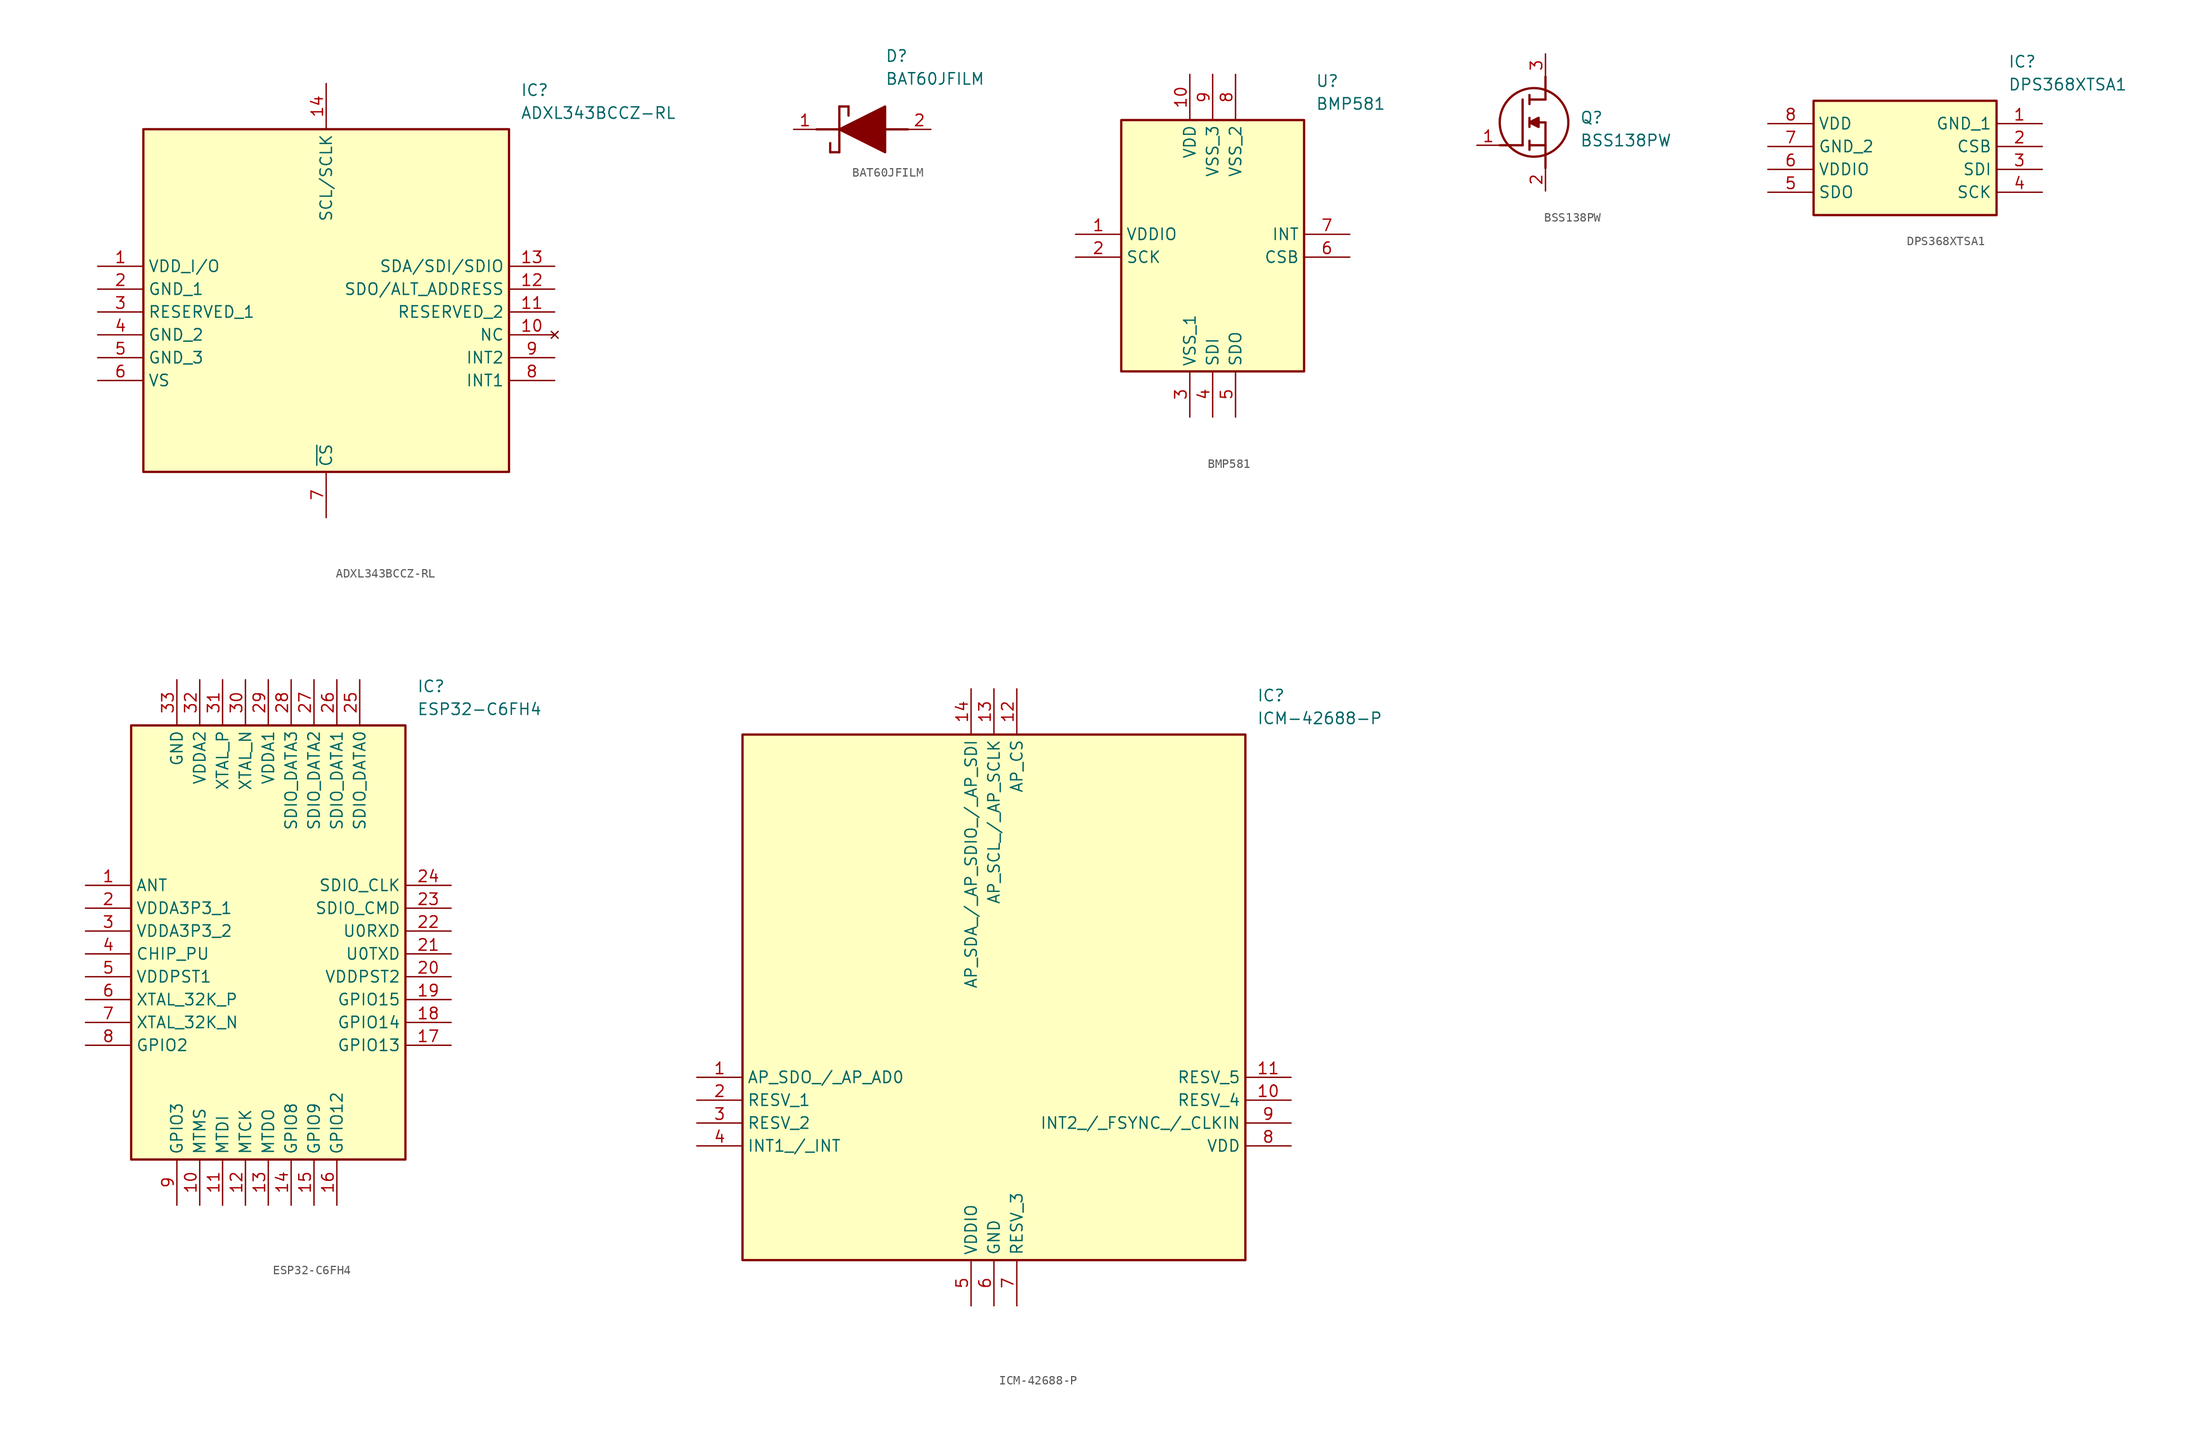
<source format=kicad_sym>
(kicad_symbol_lib
  (version 20241209)
  (generator "kicad_symbol_editor")
  (generator_version "9.0")
  (symbol "ADXL343BCCZ-RL"
    (property "Reference" "IC"
      (at 46.99 20.32 0)
      (effects (font (size 1.27 1.27)) (justify left top)))
    (property "Value" "ADXL343BCCZ-RL"
      (at 46.99 17.78 0)
      (effects (font (size 1.27 1.27)) (justify left top)))
    (symbol "ADXL343BCCZ-RL_1_1"
      (rectangle (start 5.08 15.24) (end 45.72 -22.86) (stroke (width 0.254) (type default)) (fill (type background)))
      (pin passive line (at 0 0 0) (length 5.08) (name "VDD_I/O" (effects (font (size 1.27 1.27)))) (number "1" (effects (font (size 1.27 1.27)))))
      (pin passive line (at 0 -2.54 0) (length 5.08) (name "GND_1" (effects (font (size 1.27 1.27)))) (number "2" (effects (font (size 1.27 1.27)))))
      (pin passive line (at 0 -5.08 0) (length 5.08) (name "RESERVED_1" (effects (font (size 1.27 1.27)))) (number "3" (effects (font (size 1.27 1.27)))))
      (pin passive line (at 0 -7.62 0) (length 5.08) (name "GND_2" (effects (font (size 1.27 1.27)))) (number "4" (effects (font (size 1.27 1.27)))))
      (pin passive line (at 0 -10.16 0) (length 5.08) (name "GND_3" (effects (font (size 1.27 1.27)))) (number "5" (effects (font (size 1.27 1.27)))))
      (pin passive line (at 0 -12.7 0) (length 5.08) (name "VS" (effects (font (size 1.27 1.27)))) (number "6" (effects (font (size 1.27 1.27)))))
      (pin passive line (at 25.4 20.32 270) (length 5.08) (name "SCL/SCLK" (effects (font (size 1.27 1.27)))) (number "14" (effects (font (size 1.27 1.27)))))
      (pin passive line (at 25.4 -27.94 90) (length 5.08) (name "~{CS}" (effects (font (size 1.27 1.27)))) (number "7" (effects (font (size 1.27 1.27)))))
      (pin passive line (at 50.8 0 180) (length 5.08) (name "SDA/SDI/SDIO" (effects (font (size 1.27 1.27)))) (number "13" (effects (font (size 1.27 1.27)))))
      (pin passive line (at 50.8 -2.54 180) (length 5.08) (name "SDO/ALT_ADDRESS" (effects (font (size 1.27 1.27)))) (number "12" (effects (font (size 1.27 1.27)))))
      (pin passive line (at 50.8 -5.08 180) (length 5.08) (name "RESERVED_2" (effects (font (size 1.27 1.27)))) (number "11" (effects (font (size 1.27 1.27)))))
      (pin no_connect line (at 50.8 -7.62 180) (length 5.08) (name "NC" (effects (font (size 1.27 1.27)))) (number "10" (effects (font (size 1.27 1.27)))))
      (pin passive line (at 50.8 -10.16 180) (length 5.08) (name "INT2" (effects (font (size 1.27 1.27)))) (number "9" (effects (font (size 1.27 1.27)))))
      (pin passive line (at 50.8 -12.7 180) (length 5.08) (name "INT1" (effects (font (size 1.27 1.27)))) (number "8" (effects (font (size 1.27 1.27)))))))
  (symbol "BAT60JFILM"
    (pin_names
      (hide yes))
    (property "Reference" "D"
      (at 12.7 8.89 0)
      (effects (font (size 1.27 1.27)) (justify left top)))
    (property "Value" "BAT60JFILM"
      (at 12.7 6.35 0)
      (effects (font (size 1.27 1.27)) (justify left top)))
    (symbol "BAT60JFILM_1_1"
      (polyline (pts (xy 5.08 0) (xy 7.62 0)) (stroke (width 0.254) (type default)) (fill (type none)))
      (polyline (pts (xy 6.604 -1.524) (xy 6.604 -2.54)) (stroke (width 0.254) (type default)) (fill (type none)))
      (polyline (pts (xy 7.62 2.54) (xy 7.62 -2.54)) (stroke (width 0.254) (type default)) (fill (type none)))
      (polyline (pts (xy 7.62 2.54) (xy 8.636 2.54)) (stroke (width 0.254) (type default)) (fill (type none)))
      (polyline (pts (xy 7.62 0) (xy 12.7 2.54) (xy 12.7 -2.54) (xy 7.62 0)) (stroke (width 0.254) (type default)) (fill (type outline)))
      (polyline (pts (xy 7.62 -2.54) (xy 6.604 -2.54)) (stroke (width 0.254) (type default)) (fill (type none)))
      (polyline (pts (xy 8.636 1.524) (xy 8.636 2.54)) (stroke (width 0.254) (type default)) (fill (type none)))
      (polyline (pts (xy 12.7 0) (xy 15.24 0)) (stroke (width 0.254) (type default)) (fill (type none)))
      (pin passive line (at 2.54 0 0) (length 2.54) (name "K" (effects (font (size 1.27 1.27)))) (number "1" (effects (font (size 1.27 1.27)))))
      (pin passive line (at 17.78 0 180) (length 2.54) (name "A" (effects (font (size 1.27 1.27)))) (number "2" (effects (font (size 1.27 1.27)))))))
  (symbol "BMP581"
    (property "Reference" "U"
      (at 26.67 17.78 0)
      (effects (font (size 1.27 1.27)) (justify left top)))
    (property "Value" "BMP581"
      (at 26.67 15.24 0)
      (effects (font (size 1.27 1.27)) (justify left top)))
    (symbol "BMP581_1_1"
      (rectangle (start 5.08 12.7) (end 25.4 -15.24) (stroke (width 0.254) (type default)) (fill (type background)))
      (pin passive line (at 0 0 0) (length 5.08) (name "VDDIO" (effects (font (size 1.27 1.27)))) (number "1" (effects (font (size 1.27 1.27)))))
      (pin passive line (at 0 -2.54 0) (length 5.08) (name "SCK" (effects (font (size 1.27 1.27)))) (number "2" (effects (font (size 1.27 1.27)))))
      (pin passive line (at 12.7 17.78 270) (length 5.08) (name "VDD" (effects (font (size 1.27 1.27)))) (number "10" (effects (font (size 1.27 1.27)))))
      (pin passive line (at 12.7 -20.32 90) (length 5.08) (name "VSS_1" (effects (font (size 1.27 1.27)))) (number "3" (effects (font (size 1.27 1.27)))))
      (pin passive line (at 15.24 17.78 270) (length 5.08) (name "VSS_3" (effects (font (size 1.27 1.27)))) (number "9" (effects (font (size 1.27 1.27)))))
      (pin passive line (at 15.24 -20.32 90) (length 5.08) (name "SDI" (effects (font (size 1.27 1.27)))) (number "4" (effects (font (size 1.27 1.27)))))
      (pin passive line (at 17.78 17.78 270) (length 5.08) (name "VSS_2" (effects (font (size 1.27 1.27)))) (number "8" (effects (font (size 1.27 1.27)))))
      (pin passive line (at 17.78 -20.32 90) (length 5.08) (name "SDO" (effects (font (size 1.27 1.27)))) (number "5" (effects (font (size 1.27 1.27)))))
      (pin passive line (at 30.48 0 180) (length 5.08) (name "INT" (effects (font (size 1.27 1.27)))) (number "7" (effects (font (size 1.27 1.27)))))
      (pin passive line (at 30.48 -2.54 180) (length 5.08) (name "CSB" (effects (font (size 1.27 1.27)))) (number "6" (effects (font (size 1.27 1.27)))))))
  (symbol "BSS138PW"
    (pin_names
      (hide yes))
    (property "Reference" "Q"
      (at 11.43 3.81 0)
      (effects (font (size 1.27 1.27)) (justify left top)))
    (property "Value" "BSS138PW"
      (at 11.43 1.27 0)
      (effects (font (size 1.27 1.27)) (justify left top)))
    (symbol "BSS138PW_1_1"
      (polyline (pts (xy 2.54 0) (xy 5.08 0)) (stroke (width 0.254) (type default)) (fill (type none)))
      (polyline (pts (xy 5.08 5.08) (xy 5.08 0)) (stroke (width 0.254) (type default)) (fill (type none)))
      (polyline (pts (xy 5.842 5.588) (xy 5.842 4.572)) (stroke (width 0.254) (type default)) (fill (type none)))
      (polyline (pts (xy 5.842 2.54) (xy 6.858 3.048) (xy 6.858 2.032) (xy 5.842 2.54)) (stroke (width 0.254) (type default)) (fill (type outline)))
      (polyline (pts (xy 5.842 2.032) (xy 5.842 3.048)) (stroke (width 0.254) (type default)) (fill (type none)))
      (polyline (pts (xy 5.842 0) (xy 7.62 0)) (stroke (width 0.254) (type default)) (fill (type none)))
      (polyline (pts (xy 5.842 -0.508) (xy 5.842 0.508)) (stroke (width 0.254) (type default)) (fill (type none)))
      (circle (center 6.35 2.54) (radius 3.81) (stroke (width 0.254) (type default)) (fill (type none)))
      (polyline (pts (xy 7.62 5.08) (xy 5.842 5.08)) (stroke (width 0.254) (type default)) (fill (type none)))
      (polyline (pts (xy 7.62 5.08) (xy 7.62 7.62)) (stroke (width 0.254) (type default)) (fill (type none)))
      (polyline (pts (xy 7.62 2.54) (xy 5.842 2.54)) (stroke (width 0.254) (type default)) (fill (type none)))
      (polyline (pts (xy 7.62 2.54) (xy 7.62 -2.54)) (stroke (width 0.254) (type default)) (fill (type none)))
      (pin passive line (at 0 0 0) (length 2.54) (name "G" (effects (font (size 1.27 1.27)))) (number "1" (effects (font (size 1.27 1.27)))))
      (pin passive line (at 7.62 10.16 270) (length 2.54) (name "D" (effects (font (size 1.27 1.27)))) (number "3" (effects (font (size 1.27 1.27)))))
      (pin passive line (at 7.62 -5.08 90) (length 2.54) (name "S" (effects (font (size 1.27 1.27)))) (number "2" (effects (font (size 1.27 1.27)))))))
  (symbol "DPS368XTSA1"
    (property "Reference" "IC"
      (at 26.67 7.62 0)
      (effects (font (size 1.27 1.27)) (justify left top)))
    (property "Value" "DPS368XTSA1"
      (at 26.67 5.08 0)
      (effects (font (size 1.27 1.27)) (justify left top)))
    (symbol "DPS368XTSA1_1_1"
      (rectangle (start 5.08 2.54) (end 25.4 -10.16) (stroke (width 0.254) (type default)) (fill (type background)))
      (pin passive line (at 0 0 0) (length 5.08) (name "VDD" (effects (font (size 1.27 1.27)))) (number "8" (effects (font (size 1.27 1.27)))))
      (pin passive line (at 0 -2.54 0) (length 5.08) (name "GND_2" (effects (font (size 1.27 1.27)))) (number "7" (effects (font (size 1.27 1.27)))))
      (pin passive line (at 0 -5.08 0) (length 5.08) (name "VDDIO" (effects (font (size 1.27 1.27)))) (number "6" (effects (font (size 1.27 1.27)))))
      (pin passive line (at 0 -7.62 0) (length 5.08) (name "SDO" (effects (font (size 1.27 1.27)))) (number "5" (effects (font (size 1.27 1.27)))))
      (pin passive line (at 30.48 0 180) (length 5.08) (name "GND_1" (effects (font (size 1.27 1.27)))) (number "1" (effects (font (size 1.27 1.27)))))
      (pin passive line (at 30.48 -2.54 180) (length 5.08) (name "CSB" (effects (font (size 1.27 1.27)))) (number "2" (effects (font (size 1.27 1.27)))))
      (pin passive line (at 30.48 -5.08 180) (length 5.08) (name "SDI" (effects (font (size 1.27 1.27)))) (number "3" (effects (font (size 1.27 1.27)))))
      (pin passive line (at 30.48 -7.62 180) (length 5.08) (name "SCK" (effects (font (size 1.27 1.27)))) (number "4" (effects (font (size 1.27 1.27)))))))
  (symbol "ESP32-C6FH4"
    (property "Reference" "IC"
      (at 36.83 22.86 0)
      (effects (font (size 1.27 1.27)) (justify left top)))
    (property "Value" "ESP32-C6FH4"
      (at 36.83 20.32 0)
      (effects (font (size 1.27 1.27)) (justify left top)))
    (symbol "ESP32-C6FH4_1_1"
      (rectangle (start 5.08 17.78) (end 35.56 -30.48) (stroke (width 0.254) (type default)) (fill (type background)))
      (pin passive line (at 0 0 0) (length 5.08) (name "ANT" (effects (font (size 1.27 1.27)))) (number "1" (effects (font (size 1.27 1.27)))))
      (pin passive line (at 0 -2.54 0) (length 5.08) (name "VDDA3P3_1" (effects (font (size 1.27 1.27)))) (number "2" (effects (font (size 1.27 1.27)))))
      (pin passive line (at 0 -5.08 0) (length 5.08) (name "VDDA3P3_2" (effects (font (size 1.27 1.27)))) (number "3" (effects (font (size 1.27 1.27)))))
      (pin passive line (at 0 -7.62 0) (length 5.08) (name "CHIP_PU" (effects (font (size 1.27 1.27)))) (number "4" (effects (font (size 1.27 1.27)))))
      (pin passive line (at 0 -10.16 0) (length 5.08) (name "VDDPST1" (effects (font (size 1.27 1.27)))) (number "5" (effects (font (size 1.27 1.27)))))
      (pin passive line (at 0 -12.7 0) (length 5.08) (name "XTAL_32K_P" (effects (font (size 1.27 1.27)))) (number "6" (effects (font (size 1.27 1.27)))))
      (pin passive line (at 0 -15.24 0) (length 5.08) (name "XTAL_32K_N" (effects (font (size 1.27 1.27)))) (number "7" (effects (font (size 1.27 1.27)))))
      (pin passive line (at 0 -17.78 0) (length 5.08) (name "GPIO2" (effects (font (size 1.27 1.27)))) (number "8" (effects (font (size 1.27 1.27)))))
      (pin passive line (at 10.16 22.86 270) (length 5.08) (name "GND" (effects (font (size 1.27 1.27)))) (number "33" (effects (font (size 1.27 1.27)))))
      (pin passive line (at 10.16 -35.56 90) (length 5.08) (name "GPIO3" (effects (font (size 1.27 1.27)))) (number "9" (effects (font (size 1.27 1.27)))))
      (pin passive line (at 12.7 22.86 270) (length 5.08) (name "VDDA2" (effects (font (size 1.27 1.27)))) (number "32" (effects (font (size 1.27 1.27)))))
      (pin passive line (at 12.7 -35.56 90) (length 5.08) (name "MTMS" (effects (font (size 1.27 1.27)))) (number "10" (effects (font (size 1.27 1.27)))))
      (pin passive line (at 15.24 22.86 270) (length 5.08) (name "XTAL_P" (effects (font (size 1.27 1.27)))) (number "31" (effects (font (size 1.27 1.27)))))
      (pin passive line (at 15.24 -35.56 90) (length 5.08) (name "MTDI" (effects (font (size 1.27 1.27)))) (number "11" (effects (font (size 1.27 1.27)))))
      (pin passive line (at 17.78 22.86 270) (length 5.08) (name "XTAL_N" (effects (font (size 1.27 1.27)))) (number "30" (effects (font (size 1.27 1.27)))))
      (pin passive line (at 17.78 -35.56 90) (length 5.08) (name "MTCK" (effects (font (size 1.27 1.27)))) (number "12" (effects (font (size 1.27 1.27)))))
      (pin passive line (at 20.32 22.86 270) (length 5.08) (name "VDDA1" (effects (font (size 1.27 1.27)))) (number "29" (effects (font (size 1.27 1.27)))))
      (pin passive line (at 20.32 -35.56 90) (length 5.08) (name "MTDO" (effects (font (size 1.27 1.27)))) (number "13" (effects (font (size 1.27 1.27)))))
      (pin passive line (at 22.86 22.86 270) (length 5.08) (name "SDIO_DATA3" (effects (font (size 1.27 1.27)))) (number "28" (effects (font (size 1.27 1.27)))))
      (pin passive line (at 22.86 -35.56 90) (length 5.08) (name "GPIO8" (effects (font (size 1.27 1.27)))) (number "14" (effects (font (size 1.27 1.27)))))
      (pin passive line (at 25.4 22.86 270) (length 5.08) (name "SDIO_DATA2" (effects (font (size 1.27 1.27)))) (number "27" (effects (font (size 1.27 1.27)))))
      (pin passive line (at 25.4 -35.56 90) (length 5.08) (name "GPIO9" (effects (font (size 1.27 1.27)))) (number "15" (effects (font (size 1.27 1.27)))))
      (pin passive line (at 27.94 22.86 270) (length 5.08) (name "SDIO_DATA1" (effects (font (size 1.27 1.27)))) (number "26" (effects (font (size 1.27 1.27)))))
      (pin passive line (at 27.94 -35.56 90) (length 5.08) (name "GPIO12" (effects (font (size 1.27 1.27)))) (number "16" (effects (font (size 1.27 1.27)))))
      (pin passive line (at 30.48 22.86 270) (length 5.08) (name "SDIO_DATA0" (effects (font (size 1.27 1.27)))) (number "25" (effects (font (size 1.27 1.27)))))
      (pin passive line (at 40.64 0 180) (length 5.08) (name "SDIO_CLK" (effects (font (size 1.27 1.27)))) (number "24" (effects (font (size 1.27 1.27)))))
      (pin passive line (at 40.64 -2.54 180) (length 5.08) (name "SDIO_CMD" (effects (font (size 1.27 1.27)))) (number "23" (effects (font (size 1.27 1.27)))))
      (pin passive line (at 40.64 -5.08 180) (length 5.08) (name "U0RXD" (effects (font (size 1.27 1.27)))) (number "22" (effects (font (size 1.27 1.27)))))
      (pin passive line (at 40.64 -7.62 180) (length 5.08) (name "U0TXD" (effects (font (size 1.27 1.27)))) (number "21" (effects (font (size 1.27 1.27)))))
      (pin passive line (at 40.64 -10.16 180) (length 5.08) (name "VDDPST2" (effects (font (size 1.27 1.27)))) (number "20" (effects (font (size 1.27 1.27)))))
      (pin passive line (at 40.64 -12.7 180) (length 5.08) (name "GPIO15" (effects (font (size 1.27 1.27)))) (number "19" (effects (font (size 1.27 1.27)))))
      (pin passive line (at 40.64 -15.24 180) (length 5.08) (name "GPIO14" (effects (font (size 1.27 1.27)))) (number "18" (effects (font (size 1.27 1.27)))))
      (pin passive line (at 40.64 -17.78 180) (length 5.08) (name "GPIO13" (effects (font (size 1.27 1.27)))) (number "17" (effects (font (size 1.27 1.27)))))))
  (symbol "ICM-42688-P"
    (property "Reference" "IC"
      (at 62.23 43.18 0)
      (effects (font (size 1.27 1.27)) (justify left top)))
    (property "Value" "ICM-42688-P"
      (at 62.23 40.64 0)
      (effects (font (size 1.27 1.27)) (justify left top)))
    (symbol "ICM-42688-P_1_1"
      (rectangle (start 5.08 38.1) (end 60.96 -20.32) (stroke (width 0.254) (type default)) (fill (type background)))
      (pin passive line (at 0 0 0) (length 5.08) (name "AP_SDO_/_AP_AD0" (effects (font (size 1.27 1.27)))) (number "1" (effects (font (size 1.27 1.27)))))
      (pin passive line (at 0 -2.54 0) (length 5.08) (name "RESV_1" (effects (font (size 1.27 1.27)))) (number "2" (effects (font (size 1.27 1.27)))))
      (pin passive line (at 0 -5.08 0) (length 5.08) (name "RESV_2" (effects (font (size 1.27 1.27)))) (number "3" (effects (font (size 1.27 1.27)))))
      (pin passive line (at 0 -7.62 0) (length 5.08) (name "INT1_/_INT" (effects (font (size 1.27 1.27)))) (number "4" (effects (font (size 1.27 1.27)))))
      (pin passive line (at 30.48 43.18 270) (length 5.08) (name "AP_SDA_/_AP_SDIO_/_AP_SDI" (effects (font (size 1.27 1.27)))) (number "14" (effects (font (size 1.27 1.27)))))
      (pin passive line (at 30.48 -25.4 90) (length 5.08) (name "VDDIO" (effects (font (size 1.27 1.27)))) (number "5" (effects (font (size 1.27 1.27)))))
      (pin passive line (at 33.02 43.18 270) (length 5.08) (name "AP_SCL_/_AP_SCLK" (effects (font (size 1.27 1.27)))) (number "13" (effects (font (size 1.27 1.27)))))
      (pin passive line (at 33.02 -25.4 90) (length 5.08) (name "GND" (effects (font (size 1.27 1.27)))) (number "6" (effects (font (size 1.27 1.27)))))
      (pin passive line (at 35.56 43.18 270) (length 5.08) (name "AP_CS" (effects (font (size 1.27 1.27)))) (number "12" (effects (font (size 1.27 1.27)))))
      (pin passive line (at 35.56 -25.4 90) (length 5.08) (name "RESV_3" (effects (font (size 1.27 1.27)))) (number "7" (effects (font (size 1.27 1.27)))))
      (pin passive line (at 66.04 0 180) (length 5.08) (name "RESV_5" (effects (font (size 1.27 1.27)))) (number "11" (effects (font (size 1.27 1.27)))))
      (pin passive line (at 66.04 -2.54 180) (length 5.08) (name "RESV_4" (effects (font (size 1.27 1.27)))) (number "10" (effects (font (size 1.27 1.27)))))
      (pin passive line (at 66.04 -5.08 180) (length 5.08) (name "INT2_/_FSYNC_/_CLKIN" (effects (font (size 1.27 1.27)))) (number "9" (effects (font (size 1.27 1.27)))))
      (pin passive line (at 66.04 -7.62 180) (length 5.08) (name "VDD" (effects (font (size 1.27 1.27)))) (number "8" (effects (font (size 1.27 1.27))))))))
</source>
